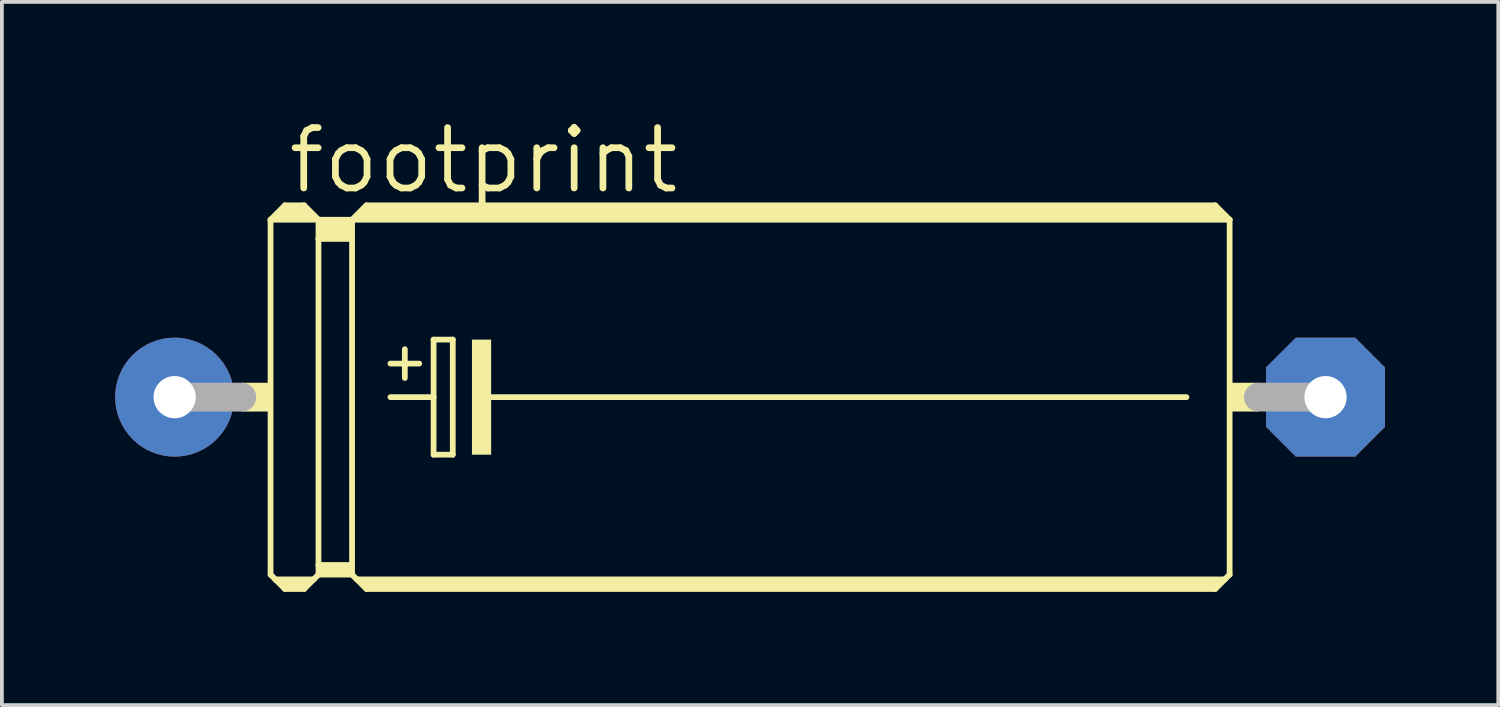
<source format=kicad_pcb>
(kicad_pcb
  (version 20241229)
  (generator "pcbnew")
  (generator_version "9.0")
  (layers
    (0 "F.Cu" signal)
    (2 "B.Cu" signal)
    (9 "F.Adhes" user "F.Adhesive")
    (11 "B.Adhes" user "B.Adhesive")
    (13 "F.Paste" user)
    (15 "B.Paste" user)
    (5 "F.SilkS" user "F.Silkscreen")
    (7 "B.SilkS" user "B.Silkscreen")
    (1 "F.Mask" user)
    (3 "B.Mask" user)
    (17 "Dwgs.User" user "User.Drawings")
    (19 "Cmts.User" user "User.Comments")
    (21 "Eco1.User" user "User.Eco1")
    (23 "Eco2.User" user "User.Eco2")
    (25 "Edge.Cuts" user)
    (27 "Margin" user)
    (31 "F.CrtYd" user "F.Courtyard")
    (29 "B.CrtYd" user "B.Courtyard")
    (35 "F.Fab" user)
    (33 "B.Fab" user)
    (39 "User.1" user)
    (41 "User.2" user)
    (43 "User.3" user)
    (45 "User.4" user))
  (footprint "footprint"
    (layer "F.Cu")
    (at 16.815 7.468)
    (property "Reference" "footprint" (at -12.319 -5.334 0) (layer "F.SilkS") (effects (font (size 1.6 1.6) (thickness 0.178)) (justify left bottom)))
    (fp_line (start -12.7 -4.699) (end -12.7 4.699) (stroke (width 0.152) (type solid)) (layer "F.SilkS"))
    (fp_line (start -12.7 -4.699) (end -12.319 -5.08) (stroke (width 0.152) (type solid)) (layer "F.SilkS"))
    (fp_line (start -12.7 -4.699) (end -11.43 -4.699) (stroke (width 0.152) (type solid)) (layer "F.SilkS"))
    (fp_line (start -12.7 4.699) (end -12.573 4.826) (stroke (width 0.152) (type solid)) (layer "F.SilkS"))
    (fp_line (start -12.573 4.826) (end -12.319 5.08) (stroke (width 0.152) (type solid)) (layer "F.SilkS"))
    (fp_line (start -12.573 4.826) (end -11.557 4.826) (stroke (width 0.152) (type solid)) (layer "F.SilkS"))
    (fp_line (start -12.446 -4.826) (end -11.684 -4.826) (stroke (width 0.305) (type solid)) (layer "F.SilkS"))
    (fp_line (start -12.319 -5.08) (end -11.811 -5.08) (stroke (width 0.152) (type solid)) (layer "F.SilkS"))
    (fp_line (start -12.319 -4.953) (end -11.811 -4.953) (stroke (width 0.305) (type solid)) (layer "F.SilkS"))
    (fp_line (start -12.319 4.953) (end -11.811 4.953) (stroke (width 0.305) (type solid)) (layer "F.SilkS"))
    (fp_line (start -12.319 5.08) (end -11.811 5.08) (stroke (width 0.152) (type solid)) (layer "F.SilkS"))
    (fp_line (start -11.557 4.826) (end -11.811 5.08) (stroke (width 0.152) (type solid)) (layer "F.SilkS"))
    (fp_line (start -11.43 -4.699) (end -11.811 -5.08) (stroke (width 0.152) (type solid)) (layer "F.SilkS"))
    (fp_line (start -11.43 -4.699) (end -11.43 -4.191) (stroke (width 0.152) (type solid)) (layer "F.SilkS"))
    (fp_line (start -11.43 -4.699) (end -10.541 -4.699) (stroke (width 0.152) (type solid)) (layer "F.SilkS"))
    (fp_line (start -11.43 -4.191) (end -11.43 4.445) (stroke (width 0.152) (type solid)) (layer "F.SilkS"))
    (fp_line (start -11.43 -4.191) (end -10.541 -4.191) (stroke (width 0.152) (type solid)) (layer "F.SilkS"))
    (fp_line (start -11.43 4.445) (end -11.43 4.699) (stroke (width 0.152) (type solid)) (layer "F.SilkS"))
    (fp_line (start -11.43 4.445) (end -10.541 4.445) (stroke (width 0.152) (type solid)) (layer "F.SilkS"))
    (fp_line (start -11.43 4.699) (end -11.557 4.826) (stroke (width 0.152) (type solid)) (layer "F.SilkS"))
    (fp_line (start -11.43 4.699) (end -10.541 4.699) (stroke (width 0.152) (type solid)) (layer "F.SilkS"))
    (fp_line (start -11.303 -4.572) (end -10.668 -4.572) (stroke (width 0.305) (type solid)) (layer "F.SilkS"))
    (fp_line (start -11.303 -4.318) (end -10.668 -4.318) (stroke (width 0.305) (type solid)) (layer "F.SilkS"))
    (fp_line (start -11.303 4.572) (end -10.668 4.572) (stroke (width 0.305) (type solid)) (layer "F.SilkS"))
    (fp_line (start -10.541 -4.699) (end -10.541 -4.191) (stroke (width 0.152) (type solid)) (layer "F.SilkS"))
    (fp_line (start -10.541 -4.699) (end -10.16 -5.08) (stroke (width 0.152) (type solid)) (layer "F.SilkS"))
    (fp_line (start -10.541 -4.699) (end 12.7 -4.699) (stroke (width 0.152) (type solid)) (layer "F.SilkS"))
    (fp_line (start -10.541 -4.191) (end -10.541 4.445) (stroke (width 0.152) (type solid)) (layer "F.SilkS"))
    (fp_line (start -10.541 4.445) (end -10.541 4.699) (stroke (width 0.152) (type solid)) (layer "F.SilkS"))
    (fp_line (start -10.414 4.826) (end -10.541 4.699) (stroke (width 0.152) (type solid)) (layer "F.SilkS"))
    (fp_line (start -10.414 4.826) (end 12.573 4.826) (stroke (width 0.152) (type solid)) (layer "F.SilkS"))
    (fp_line (start -10.287 -4.826) (end 12.446 -4.826) (stroke (width 0.305) (type solid)) (layer "F.SilkS"))
    (fp_line (start -10.16 -4.953) (end 12.319 -4.953) (stroke (width 0.305) (type solid)) (layer "F.SilkS"))
    (fp_line (start -10.16 4.953) (end 12.319 4.953) (stroke (width 0.305) (type solid)) (layer "F.SilkS"))
    (fp_line (start -10.16 5.08) (end -10.414 4.826) (stroke (width 0.152) (type solid)) (layer "F.SilkS"))
    (fp_line (start -9.525 -0.889) (end -8.763 -0.889) (stroke (width 0.152) (type solid)) (layer "F.SilkS"))
    (fp_line (start -9.525 0) (end -8.382 0) (stroke (width 0.152) (type solid)) (layer "F.SilkS"))
    (fp_line (start -9.144 -1.27) (end -9.144 -0.508) (stroke (width 0.152) (type solid)) (layer "F.SilkS"))
    (fp_line (start -8.382 -1.524) (end -8.382 0) (stroke (width 0.152) (type solid)) (layer "F.SilkS"))
    (fp_line (start -8.382 0) (end -8.382 1.524) (stroke (width 0.152) (type solid)) (layer "F.SilkS"))
    (fp_line (start -8.382 1.524) (end -7.874 1.524) (stroke (width 0.152) (type solid)) (layer "F.SilkS"))
    (fp_line (start -7.874 -1.524) (end -8.382 -1.524) (stroke (width 0.152) (type solid)) (layer "F.SilkS"))
    (fp_line (start -7.874 1.524) (end -7.874 -1.524) (stroke (width 0.152) (type solid)) (layer "F.SilkS"))
    (fp_line (start -6.985 0) (end 11.557 0) (stroke (width 0.152) (type solid)) (layer "F.SilkS"))
    (fp_line (start 12.319 -5.08) (end -10.16 -5.08) (stroke (width 0.152) (type solid)) (layer "F.SilkS"))
    (fp_line (start 12.319 5.08) (end -10.16 5.08) (stroke (width 0.152) (type solid)) (layer "F.SilkS"))
    (fp_line (start 12.573 4.826) (end 12.319 5.08) (stroke (width 0.152) (type solid)) (layer "F.SilkS"))
    (fp_line (start 12.7 -4.699) (end 12.319 -5.08) (stroke (width 0.152) (type solid)) (layer "F.SilkS"))
    (fp_line (start 12.7 -4.699) (end 12.7 4.699) (stroke (width 0.152) (type solid)) (layer "F.SilkS"))
    (fp_line (start 12.7 4.699) (end 12.573 4.826) (stroke (width 0.152) (type solid)) (layer "F.SilkS"))
    (fp_poly (pts (xy -13.462 0.381) (xy -12.7 0.381) (xy -12.7 -0.381) (xy -13.462 -0.381)) (stroke (width 0) (type solid)) (fill yes) (layer "F.SilkS"))
    (fp_poly (pts (xy -7.366 1.524) (xy -6.858 1.524) (xy -6.858 -1.524) (xy -7.366 -1.524)) (stroke (width 0) (type solid)) (fill yes) (layer "F.SilkS"))
    (fp_poly (pts (xy 12.7 0.381) (xy 13.462 0.381) (xy 13.462 -0.381) (xy 12.7 -0.381)) (stroke (width 0) (type solid)) (fill yes) (layer "F.SilkS"))
    (fp_line (start -15.24 0) (end -13.462 0) (stroke (width 0.762) (type solid)) (layer "F.Fab"))
    (fp_line (start 15.24 0) (end 13.462 0) (stroke (width 0.762) (type solid)) (layer "F.Fab"))
    (pad "+" thru_hole circle (at -15.24 0) (size 3.15 3.15) (drill 1.118) (layers "*.Cu" "*.Mask"))
    (pad "-" thru_hole roundrect (at 15.24 0) (size 3.15 3.15) (drill 1.118) (layers "*.Cu" "*.Mask") (roundrect_rratio 0.25) (chamfer_ratio 0.25) (chamfer top_left top_right bottom_left bottom_right)))
  (gr_rect
    (start -3 -3)
    (end 36.63 15.624)
    (stroke (width 0.1) (type default))
    (fill no)
    (layer "Edge.Cuts")))
</source>
